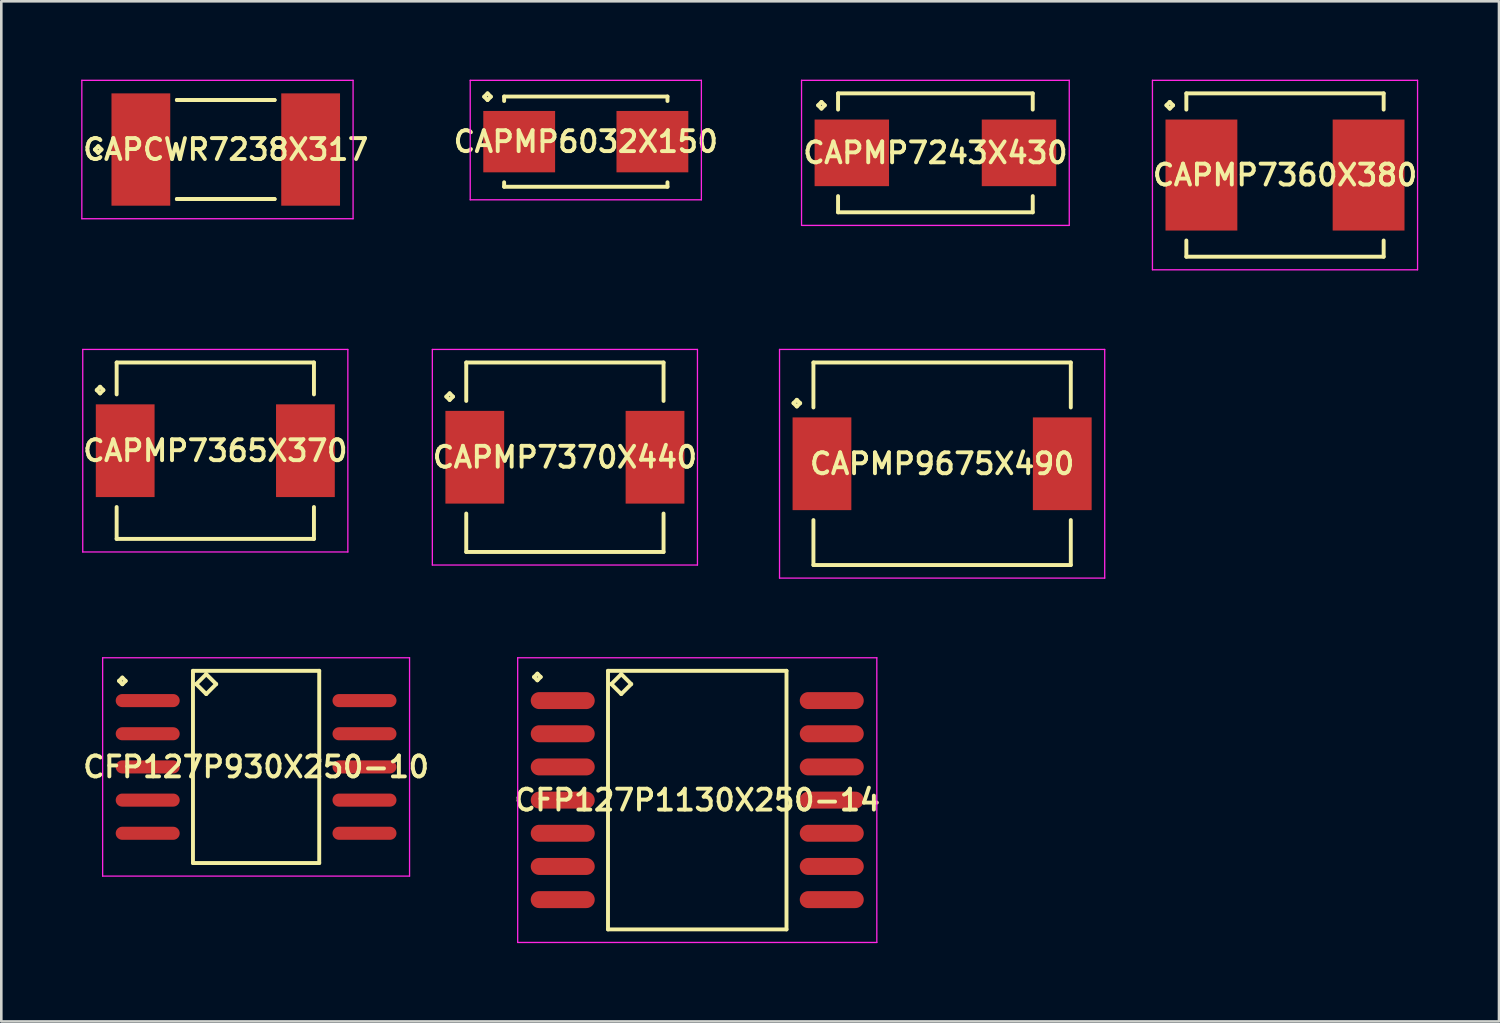
<source format=kicad_pcb>
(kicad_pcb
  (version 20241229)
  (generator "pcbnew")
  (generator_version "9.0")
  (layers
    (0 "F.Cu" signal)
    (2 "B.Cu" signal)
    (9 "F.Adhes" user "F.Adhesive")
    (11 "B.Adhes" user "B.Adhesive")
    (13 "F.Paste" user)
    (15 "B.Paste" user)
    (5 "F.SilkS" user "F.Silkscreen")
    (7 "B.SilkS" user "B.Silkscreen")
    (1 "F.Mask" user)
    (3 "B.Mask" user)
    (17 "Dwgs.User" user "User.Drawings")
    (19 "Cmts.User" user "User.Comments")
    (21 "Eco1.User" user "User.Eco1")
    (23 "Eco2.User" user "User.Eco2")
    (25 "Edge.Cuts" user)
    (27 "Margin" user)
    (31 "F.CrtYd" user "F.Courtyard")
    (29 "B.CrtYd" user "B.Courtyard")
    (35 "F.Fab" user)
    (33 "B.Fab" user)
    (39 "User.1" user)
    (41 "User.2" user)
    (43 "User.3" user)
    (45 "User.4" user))
  (footprint "CAPMP7370X440"
    (layer "F.Cu")
    (at 18.578 14.456)
    (property "Reference" "CAPMP7370X440" (at 0 0 0) (layer "F.SilkS") (effects (font (size 0.8 0.8) (thickness 0.15))))
    (attr smd)
    (fp_line (start -4.539 -2.321) (end -4.412 -2.448) (stroke (width 0.15) (type solid)) (layer "F.SilkS"))
    (fp_line (start -4.412 -2.448) (end -4.285 -2.321) (stroke (width 0.15) (type solid)) (layer "F.SilkS"))
    (fp_line (start -4.412 -2.194) (end -4.539 -2.321) (stroke (width 0.15) (type solid)) (layer "F.SilkS"))
    (fp_line (start -4.285 -2.321) (end -4.412 -2.194) (stroke (width 0.15) (type solid)) (layer "F.SilkS"))
    (fp_line (start -3.777 -3.627) (end 3.777 -3.627) (stroke (width 0.15) (type solid)) (layer "F.SilkS"))
    (fp_line (start -3.777 -2.156) (end -3.777 -3.627) (stroke (width 0.15) (type solid)) (layer "F.SilkS"))
    (fp_line (start -3.777 2.156) (end -3.777 3.627) (stroke (width 0.15) (type solid)) (layer "F.SilkS"))
    (fp_line (start -3.777 3.627) (end 3.777 3.627) (stroke (width 0.15) (type solid)) (layer "F.SilkS"))
    (fp_line (start 3.777 -3.627) (end 3.777 -2.156) (stroke (width 0.15) (type solid)) (layer "F.SilkS"))
    (fp_line (start 3.777 3.627) (end 3.777 2.156) (stroke (width 0.15) (type solid)) (layer "F.SilkS"))
    (fp_line (start -5.075 -4.127) (end 5.075 -4.127) (stroke (width 0.05) (type solid)) (layer "F.CrtYd"))
    (fp_line (start -5.075 4.127) (end -5.075 -4.127) (stroke (width 0.05) (type solid)) (layer "F.CrtYd"))
    (fp_line (start 5.075 -4.127) (end 5.075 4.127) (stroke (width 0.05) (type solid)) (layer "F.CrtYd"))
    (fp_line (start 5.075 4.127) (end -5.075 4.127) (stroke (width 0.05) (type solid)) (layer "F.CrtYd"))
    (pad "1" smd rect (at -3.45 0) (size 2.25 3.55) (layers "F.Cu" "F.Mask" "F.Paste"))
    (pad "2" smd rect (at 3.45 0) (size 2.25 3.55) (layers "F.Cu" "F.Mask" "F.Paste")))
  (footprint "CAPMP9675X490"
    (layer "F.Cu")
    (at 33.02 14.706)
    (property "Reference" "CAPMP9675X490" (at 0 0 0) (layer "F.SilkS") (effects (font (size 0.8 0.8) (thickness 0.15))))
    (attr smd)
    (fp_line (start -5.689 -2.321) (end -5.562 -2.448) (stroke (width 0.15) (type solid)) (layer "F.SilkS"))
    (fp_line (start -5.562 -2.448) (end -5.435 -2.321) (stroke (width 0.15) (type solid)) (layer "F.SilkS"))
    (fp_line (start -5.562 -2.194) (end -5.689 -2.321) (stroke (width 0.15) (type solid)) (layer "F.SilkS"))
    (fp_line (start -5.435 -2.321) (end -5.562 -2.194) (stroke (width 0.15) (type solid)) (layer "F.SilkS"))
    (fp_line (start -4.927 -3.877) (end 4.927 -3.877) (stroke (width 0.15) (type solid)) (layer "F.SilkS"))
    (fp_line (start -4.927 -2.156) (end -4.927 -3.877) (stroke (width 0.15) (type solid)) (layer "F.SilkS"))
    (fp_line (start -4.927 2.156) (end -4.927 3.877) (stroke (width 0.15) (type solid)) (layer "F.SilkS"))
    (fp_line (start -4.927 3.877) (end 4.927 3.877) (stroke (width 0.15) (type solid)) (layer "F.SilkS"))
    (fp_line (start 4.927 -3.877) (end 4.927 -2.156) (stroke (width 0.15) (type solid)) (layer "F.SilkS"))
    (fp_line (start 4.927 3.877) (end 4.927 2.156) (stroke (width 0.15) (type solid)) (layer "F.SilkS"))
    (fp_line (start -6.225 -4.377) (end 6.225 -4.377) (stroke (width 0.05) (type solid)) (layer "F.CrtYd"))
    (fp_line (start -6.225 4.377) (end -6.225 -4.377) (stroke (width 0.05) (type solid)) (layer "F.CrtYd"))
    (fp_line (start 6.225 -4.377) (end 6.225 4.377) (stroke (width 0.05) (type solid)) (layer "F.CrtYd"))
    (fp_line (start 6.225 4.377) (end -6.225 4.377) (stroke (width 0.05) (type solid)) (layer "F.CrtYd"))
    (pad "1" smd rect (at -4.6 0) (size 2.25 3.55) (layers "F.Cu" "F.Mask" "F.Paste"))
    (pad "2" smd rect (at 4.6 0) (size 2.25 3.55) (layers "F.Cu" "F.Mask" "F.Paste")))
  (footprint "CAPMP6032X150"
    (layer "F.Cu")
    (at 19.378 2.373)
    (property "Reference" "CAPMP6032X150" (at 0 0 0) (layer "F.SilkS") (effects (font (size 0.8 0.8) (thickness 0.15))))
    (attr smd)
    (fp_line (start -3.889 -1.721) (end -3.762 -1.848) (stroke (width 0.15) (type solid)) (layer "F.SilkS"))
    (fp_line (start -3.762 -1.848) (end -3.635 -1.721) (stroke (width 0.15) (type solid)) (layer "F.SilkS"))
    (fp_line (start -3.762 -1.594) (end -3.889 -1.721) (stroke (width 0.15) (type solid)) (layer "F.SilkS"))
    (fp_line (start -3.635 -1.721) (end -3.762 -1.594) (stroke (width 0.15) (type solid)) (layer "F.SilkS"))
    (fp_line (start -3.127 -1.727) (end 3.127 -1.727) (stroke (width 0.15) (type solid)) (layer "F.SilkS"))
    (fp_line (start -3.127 -1.556) (end -3.127 -1.727) (stroke (width 0.15) (type solid)) (layer "F.SilkS"))
    (fp_line (start -3.127 1.556) (end -3.127 1.727) (stroke (width 0.15) (type solid)) (layer "F.SilkS"))
    (fp_line (start -3.127 1.727) (end 3.127 1.727) (stroke (width 0.15) (type solid)) (layer "F.SilkS"))
    (fp_line (start 3.127 -1.727) (end 3.127 -1.556) (stroke (width 0.15) (type solid)) (layer "F.SilkS"))
    (fp_line (start 3.127 1.727) (end 3.127 1.556) (stroke (width 0.15) (type solid)) (layer "F.SilkS"))
    (fp_line (start -4.425 -2.348) (end 4.425 -2.348) (stroke (width 0.05) (type solid)) (layer "F.CrtYd"))
    (fp_line (start -4.425 2.227) (end -4.425 -2.348) (stroke (width 0.05) (type solid)) (layer "F.CrtYd"))
    (fp_line (start 4.425 -2.348) (end 4.425 2.227) (stroke (width 0.05) (type solid)) (layer "F.CrtYd"))
    (fp_line (start 4.425 2.227) (end -4.425 2.227) (stroke (width 0.05) (type solid)) (layer "F.CrtYd"))
    (pad "1" smd rect (at -2.55 0) (size 2.75 2.35) (layers "F.Cu" "F.Mask" "F.Paste"))
    (pad "2" smd rect (at 2.55 0) (size 2.75 2.35) (layers "F.Cu" "F.Mask" "F.Paste")))
  (footprint "CFP127P930X250-10"
    (layer "F.Cu")
    (at 6.755 26.313)
    (property "Reference" "CFP127P930X250-10" (at 0 0 0) (layer "F.SilkS") (effects (font (size 0.8 0.8) (thickness 0.15))))
    (attr smd)
    (fp_line (start -5.248 -3.294) (end -5.121 -3.421) (stroke (width 0.15) (type solid)) (layer "F.SilkS"))
    (fp_line (start -5.121 -3.421) (end -4.994 -3.294) (stroke (width 0.15) (type solid)) (layer "F.SilkS"))
    (fp_line (start -5.121 -3.167) (end -5.248 -3.294) (stroke (width 0.15) (type solid)) (layer "F.SilkS"))
    (fp_line (start -4.994 -3.294) (end -5.121 -3.167) (stroke (width 0.15) (type solid)) (layer "F.SilkS"))
    (fp_line (start -2.417 -3.68) (end -2.417 3.68) (stroke (width 0.15) (type solid)) (layer "F.SilkS"))
    (fp_line (start -2.417 3.68) (end 2.417 3.68) (stroke (width 0.15) (type solid)) (layer "F.SilkS"))
    (fp_line (start -2.29 -3.172) (end -1.909 -3.553) (stroke (width 0.15) (type solid)) (layer "F.SilkS"))
    (fp_line (start -1.909 -3.553) (end -1.528 -3.172) (stroke (width 0.15) (type solid)) (layer "F.SilkS"))
    (fp_line (start -1.909 -2.791) (end -2.29 -3.172) (stroke (width 0.15) (type solid)) (layer "F.SilkS"))
    (fp_line (start -1.528 -3.172) (end -1.909 -2.791) (stroke (width 0.15) (type solid)) (layer "F.SilkS"))
    (fp_line (start 2.417 -3.68) (end -2.417 -3.68) (stroke (width 0.15) (type solid)) (layer "F.SilkS"))
    (fp_line (start 2.417 3.68) (end 2.417 -3.68) (stroke (width 0.15) (type solid)) (layer "F.SilkS"))
    (fp_line (start -5.875 -4.18) (end 5.875 -4.18) (stroke (width 0.05) (type solid)) (layer "F.CrtYd"))
    (fp_line (start -5.875 4.18) (end -5.875 -4.18) (stroke (width 0.05) (type solid)) (layer "F.CrtYd"))
    (fp_line (start 5.875 -4.18) (end 5.875 4.18) (stroke (width 0.05) (type solid)) (layer "F.CrtYd"))
    (fp_line (start 5.875 4.18) (end -5.875 4.18) (stroke (width 0.05) (type solid)) (layer "F.CrtYd"))
    (pad "1" smd oval (at -4.15 -2.54) (size 2.45 0.5) (layers "F.Cu" "F.Mask" "F.Paste"))
    (pad "2" smd oval (at -4.15 -1.27) (size 2.45 0.5) (layers "F.Cu" "F.Mask" "F.Paste"))
    (pad "3" smd oval (at -4.15 0) (size 2.45 0.5) (layers "F.Cu" "F.Mask" "F.Paste"))
    (pad "4" smd oval (at -4.15 1.27) (size 2.45 0.5) (layers "F.Cu" "F.Mask" "F.Paste"))
    (pad "5" smd oval (at -4.15 2.54) (size 2.45 0.5) (layers "F.Cu" "F.Mask" "F.Paste"))
    (pad "6" smd oval (at 4.15 2.54) (size 2.45 0.5) (layers "F.Cu" "F.Mask" "F.Paste"))
    (pad "7" smd oval (at 4.15 1.27) (size 2.45 0.5) (layers "F.Cu" "F.Mask" "F.Paste"))
    (pad "8" smd oval (at 4.15 0) (size 2.45 0.5) (layers "F.Cu" "F.Mask" "F.Paste"))
    (pad "9" smd oval (at 4.15 -1.27) (size 2.45 0.5) (layers "F.Cu" "F.Mask" "F.Paste"))
    (pad "10" smd oval (at 4.15 -2.54) (size 2.45 0.5) (layers "F.Cu" "F.Mask" "F.Paste")))
  (footprint "CAPCWR7238X317"
    (layer "F.Cu")
    (at 5.593 2.675)
    (property "Reference" "CAPCWR7238X317" (at 0 0 0) (layer "F.SilkS") (effects (font (size 0.8 0.8) (thickness 0.15))))
    (attr smd)
    (fp_line (start -5.01 0) (end -4.883 -0.127) (stroke (width 0.15) (type solid)) (layer "F.SilkS"))
    (fp_line (start -4.883 -0.127) (end -4.756 0) (stroke (width 0.15) (type solid)) (layer "F.SilkS"))
    (fp_line (start -4.883 0.127) (end -5.01 0) (stroke (width 0.15) (type solid)) (layer "F.SilkS"))
    (fp_line (start -4.756 0) (end -4.883 0.127) (stroke (width 0.15) (type solid)) (layer "F.SilkS"))
    (fp_line (start -1.871 -1.896) (end 1.871 -1.896) (stroke (width 0.15) (type solid)) (layer "F.SilkS"))
    (fp_line (start -1.871 1.896) (end 1.871 1.896) (stroke (width 0.15) (type solid)) (layer "F.SilkS"))
    (fp_line (start 1.871 -1.896) (end -1.871 -1.896) (stroke (width 0.15) (type solid)) (layer "F.SilkS"))
    (fp_line (start 1.871 1.896) (end -1.871 1.896) (stroke (width 0.15) (type solid)) (layer "F.SilkS"))
    (fp_line (start -5.51 -2.65) (end 4.875 -2.65) (stroke (width 0.05) (type solid)) (layer "F.CrtYd"))
    (fp_line (start -5.51 2.65) (end -5.51 -2.65) (stroke (width 0.05) (type solid)) (layer "F.CrtYd"))
    (fp_line (start 4.875 -2.65) (end 4.875 2.65) (stroke (width 0.05) (type solid)) (layer "F.CrtYd"))
    (fp_line (start 4.875 2.65) (end -5.51 2.65) (stroke (width 0.05) (type solid)) (layer "F.CrtYd"))
    (pad "1" smd rect (at -3.25 0) (size 2.25 4.3) (layers "F.Cu" "F.Mask" "F.Paste"))
    (pad "2" smd rect (at 3.25 0) (size 2.25 4.3) (layers "F.Cu" "F.Mask" "F.Paste")))
  (footprint "CAPMP7365X370"
    (layer "F.Cu")
    (at 5.193 14.206)
    (property "Reference" "CAPMP7365X370" (at 0 0 0) (layer "F.SilkS") (effects (font (size 0.8 0.8) (thickness 0.15))))
    (attr smd)
    (fp_line (start -4.539 -2.321) (end -4.412 -2.448) (stroke (width 0.15) (type solid)) (layer "F.SilkS"))
    (fp_line (start -4.412 -2.448) (end -4.285 -2.321) (stroke (width 0.15) (type solid)) (layer "F.SilkS"))
    (fp_line (start -4.412 -2.194) (end -4.539 -2.321) (stroke (width 0.15) (type solid)) (layer "F.SilkS"))
    (fp_line (start -4.285 -2.321) (end -4.412 -2.194) (stroke (width 0.15) (type solid)) (layer "F.SilkS"))
    (fp_line (start -3.777 -3.377) (end 3.777 -3.377) (stroke (width 0.15) (type solid)) (layer "F.SilkS"))
    (fp_line (start -3.777 -2.156) (end -3.777 -3.377) (stroke (width 0.15) (type solid)) (layer "F.SilkS"))
    (fp_line (start -3.777 2.156) (end -3.777 3.377) (stroke (width 0.15) (type solid)) (layer "F.SilkS"))
    (fp_line (start -3.777 3.377) (end 3.777 3.377) (stroke (width 0.15) (type solid)) (layer "F.SilkS"))
    (fp_line (start 3.777 -3.377) (end 3.777 -2.156) (stroke (width 0.15) (type solid)) (layer "F.SilkS"))
    (fp_line (start 3.777 3.377) (end 3.777 2.156) (stroke (width 0.15) (type solid)) (layer "F.SilkS"))
    (fp_line (start -5.075 -3.877) (end 5.075 -3.877) (stroke (width 0.05) (type solid)) (layer "F.CrtYd"))
    (fp_line (start -5.075 3.877) (end -5.075 -3.877) (stroke (width 0.05) (type solid)) (layer "F.CrtYd"))
    (fp_line (start 5.075 -3.877) (end 5.075 3.877) (stroke (width 0.05) (type solid)) (layer "F.CrtYd"))
    (fp_line (start 5.075 3.877) (end -5.075 3.877) (stroke (width 0.05) (type solid)) (layer "F.CrtYd"))
    (pad "1" smd rect (at -3.45 0) (size 2.25 3.55) (layers "F.Cu" "F.Mask" "F.Paste"))
    (pad "2" smd rect (at 3.45 0) (size 2.25 3.55) (layers "F.Cu" "F.Mask" "F.Paste")))
  (footprint "CFP127P1130X250-14"
    (layer "F.Cu")
    (at 23.645 27.583)
    (property "Reference" "CFP127P1130X250-14" (at 0 0 0) (layer "F.SilkS") (effects (font (size 0.8 0.8) (thickness 0.15))))
    (attr smd)
    (fp_line (start -6.248 -4.714) (end -6.121 -4.841) (stroke (width 0.15) (type solid)) (layer "F.SilkS"))
    (fp_line (start -6.121 -4.841) (end -5.994 -4.714) (stroke (width 0.15) (type solid)) (layer "F.SilkS"))
    (fp_line (start -6.121 -4.587) (end -6.248 -4.714) (stroke (width 0.15) (type solid)) (layer "F.SilkS"))
    (fp_line (start -5.994 -4.714) (end -6.121 -4.587) (stroke (width 0.15) (type solid)) (layer "F.SilkS"))
    (fp_line (start -3.417 -4.95) (end -3.417 4.95) (stroke (width 0.15) (type solid)) (layer "F.SilkS"))
    (fp_line (start -3.417 4.95) (end 3.417 4.95) (stroke (width 0.15) (type solid)) (layer "F.SilkS"))
    (fp_line (start -3.29 -4.442) (end -2.909 -4.823) (stroke (width 0.15) (type solid)) (layer "F.SilkS"))
    (fp_line (start -2.909 -4.823) (end -2.528 -4.442) (stroke (width 0.15) (type solid)) (layer "F.SilkS"))
    (fp_line (start -2.909 -4.061) (end -3.29 -4.442) (stroke (width 0.15) (type solid)) (layer "F.SilkS"))
    (fp_line (start -2.528 -4.442) (end -2.909 -4.061) (stroke (width 0.15) (type solid)) (layer "F.SilkS"))
    (fp_line (start 3.417 -4.95) (end -3.417 -4.95) (stroke (width 0.15) (type solid)) (layer "F.SilkS"))
    (fp_line (start 3.417 4.95) (end 3.417 -4.95) (stroke (width 0.15) (type solid)) (layer "F.SilkS"))
    (fp_line (start -6.875 -5.45) (end 6.875 -5.45) (stroke (width 0.05) (type solid)) (layer "F.CrtYd"))
    (fp_line (start -6.875 5.45) (end -6.875 -5.45) (stroke (width 0.05) (type solid)) (layer "F.CrtYd"))
    (fp_line (start 6.875 -5.45) (end 6.875 5.45) (stroke (width 0.05) (type solid)) (layer "F.CrtYd"))
    (fp_line (start 6.875 5.45) (end -6.875 5.45) (stroke (width 0.05) (type solid)) (layer "F.CrtYd"))
    (pad "1" smd oval (at -5.15 -3.81) (size 2.45 0.65) (layers "F.Cu" "F.Mask" "F.Paste"))
    (pad "2" smd oval (at -5.15 -2.54) (size 2.45 0.65) (layers "F.Cu" "F.Mask" "F.Paste"))
    (pad "3" smd oval (at -5.15 -1.27) (size 2.45 0.65) (layers "F.Cu" "F.Mask" "F.Paste"))
    (pad "4" smd oval (at -5.15 0) (size 2.45 0.65) (layers "F.Cu" "F.Mask" "F.Paste"))
    (pad "5" smd oval (at -5.15 1.27) (size 2.45 0.65) (layers "F.Cu" "F.Mask" "F.Paste"))
    (pad "6" smd oval (at -5.15 2.54) (size 2.45 0.65) (layers "F.Cu" "F.Mask" "F.Paste"))
    (pad "7" smd oval (at -5.15 3.81) (size 2.45 0.65) (layers "F.Cu" "F.Mask" "F.Paste"))
    (pad "8" smd oval (at 5.15 3.81) (size 2.45 0.65) (layers "F.Cu" "F.Mask" "F.Paste"))
    (pad "9" smd oval (at 5.15 2.54) (size 2.45 0.65) (layers "F.Cu" "F.Mask" "F.Paste"))
    (pad "10" smd oval (at 5.15 1.27) (size 2.45 0.65) (layers "F.Cu" "F.Mask" "F.Paste"))
    (pad "11" smd oval (at 5.15 0) (size 2.45 0.65) (layers "F.Cu" "F.Mask" "F.Paste"))
    (pad "12" smd oval (at 5.15 -1.27) (size 2.45 0.65) (layers "F.Cu" "F.Mask" "F.Paste"))
    (pad "13" smd oval (at 5.15 -2.54) (size 2.45 0.65) (layers "F.Cu" "F.Mask" "F.Paste"))
    (pad "14" smd oval (at 5.15 -3.81) (size 2.45 0.65) (layers "F.Cu" "F.Mask" "F.Paste")))
  (footprint "CAPMP7243X430"
    (layer "F.Cu")
    (at 32.763 2.802)
    (property "Reference" "CAPMP7243X430" (at 0 0 0) (layer "F.SilkS") (effects (font (size 0.8 0.8) (thickness 0.15))))
    (attr smd)
    (fp_line (start -4.489 -1.821) (end -4.362 -1.948) (stroke (width 0.15) (type solid)) (layer "F.SilkS"))
    (fp_line (start -4.362 -1.948) (end -4.235 -1.821) (stroke (width 0.15) (type solid)) (layer "F.SilkS"))
    (fp_line (start -4.362 -1.694) (end -4.489 -1.821) (stroke (width 0.15) (type solid)) (layer "F.SilkS"))
    (fp_line (start -4.235 -1.821) (end -4.362 -1.694) (stroke (width 0.15) (type solid)) (layer "F.SilkS"))
    (fp_line (start -3.727 -2.277) (end 3.727 -2.277) (stroke (width 0.15) (type solid)) (layer "F.SilkS"))
    (fp_line (start -3.727 -1.656) (end -3.727 -2.277) (stroke (width 0.15) (type solid)) (layer "F.SilkS"))
    (fp_line (start -3.727 1.656) (end -3.727 2.277) (stroke (width 0.15) (type solid)) (layer "F.SilkS"))
    (fp_line (start -3.727 2.277) (end 3.727 2.277) (stroke (width 0.15) (type solid)) (layer "F.SilkS"))
    (fp_line (start 3.727 -2.277) (end 3.727 -1.656) (stroke (width 0.15) (type solid)) (layer "F.SilkS"))
    (fp_line (start 3.727 2.277) (end 3.727 1.656) (stroke (width 0.15) (type solid)) (layer "F.SilkS"))
    (fp_line (start -5.125 -2.777) (end 5.125 -2.777) (stroke (width 0.05) (type solid)) (layer "F.CrtYd"))
    (fp_line (start -5.125 2.777) (end -5.125 -2.777) (stroke (width 0.05) (type solid)) (layer "F.CrtYd"))
    (fp_line (start 5.125 -2.777) (end 5.125 2.777) (stroke (width 0.05) (type solid)) (layer "F.CrtYd"))
    (fp_line (start 5.125 2.777) (end -5.125 2.777) (stroke (width 0.05) (type solid)) (layer "F.CrtYd"))
    (pad "1" smd rect (at -3.2 0) (size 2.85 2.55) (layers "F.Cu" "F.Mask" "F.Paste"))
    (pad "2" smd rect (at 3.2 0) (size 2.85 2.55) (layers "F.Cu" "F.Mask" "F.Paste")))
  (footprint "CAPMP7360X380"
    (layer "F.Cu")
    (at 46.148 3.652)
    (property "Reference" "CAPMP7360X380" (at 0 0 0) (layer "F.SilkS") (effects (font (size 0.8 0.8) (thickness 0.15))))
    (attr smd)
    (fp_line (start -4.539 -2.671) (end -4.412 -2.798) (stroke (width 0.15) (type solid)) (layer "F.SilkS"))
    (fp_line (start -4.412 -2.798) (end -4.285 -2.671) (stroke (width 0.15) (type solid)) (layer "F.SilkS"))
    (fp_line (start -4.412 -2.544) (end -4.539 -2.671) (stroke (width 0.15) (type solid)) (layer "F.SilkS"))
    (fp_line (start -4.285 -2.671) (end -4.412 -2.544) (stroke (width 0.15) (type solid)) (layer "F.SilkS"))
    (fp_line (start -3.777 -3.127) (end 3.777 -3.127) (stroke (width 0.15) (type solid)) (layer "F.SilkS"))
    (fp_line (start -3.777 -2.506) (end -3.777 -3.127) (stroke (width 0.15) (type solid)) (layer "F.SilkS"))
    (fp_line (start -3.777 2.506) (end -3.777 3.127) (stroke (width 0.15) (type solid)) (layer "F.SilkS"))
    (fp_line (start -3.777 3.127) (end 3.777 3.127) (stroke (width 0.15) (type solid)) (layer "F.SilkS"))
    (fp_line (start 3.777 -3.127) (end 3.777 -2.506) (stroke (width 0.15) (type solid)) (layer "F.SilkS"))
    (fp_line (start 3.777 3.127) (end 3.777 2.506) (stroke (width 0.15) (type solid)) (layer "F.SilkS"))
    (fp_line (start -5.075 -3.627) (end 5.075 -3.627) (stroke (width 0.05) (type solid)) (layer "F.CrtYd"))
    (fp_line (start -5.075 3.627) (end -5.075 -3.627) (stroke (width 0.05) (type solid)) (layer "F.CrtYd"))
    (fp_line (start 5.075 -3.627) (end 5.075 3.627) (stroke (width 0.05) (type solid)) (layer "F.CrtYd"))
    (fp_line (start 5.075 3.627) (end -5.075 3.627) (stroke (width 0.05) (type solid)) (layer "F.CrtYd"))
    (pad "1" smd rect (at -3.2 0) (size 2.75 4.25) (layers "F.Cu" "F.Mask" "F.Paste"))
    (pad "2" smd rect (at 3.2 0) (size 2.75 4.25) (layers "F.Cu" "F.Mask" "F.Paste")))
  (gr_rect
    (start -3 -3)
    (end 54.341 36.058)
    (stroke (width 0.1) (type default))
    (fill no)
    (layer "Edge.Cuts")))
</source>
